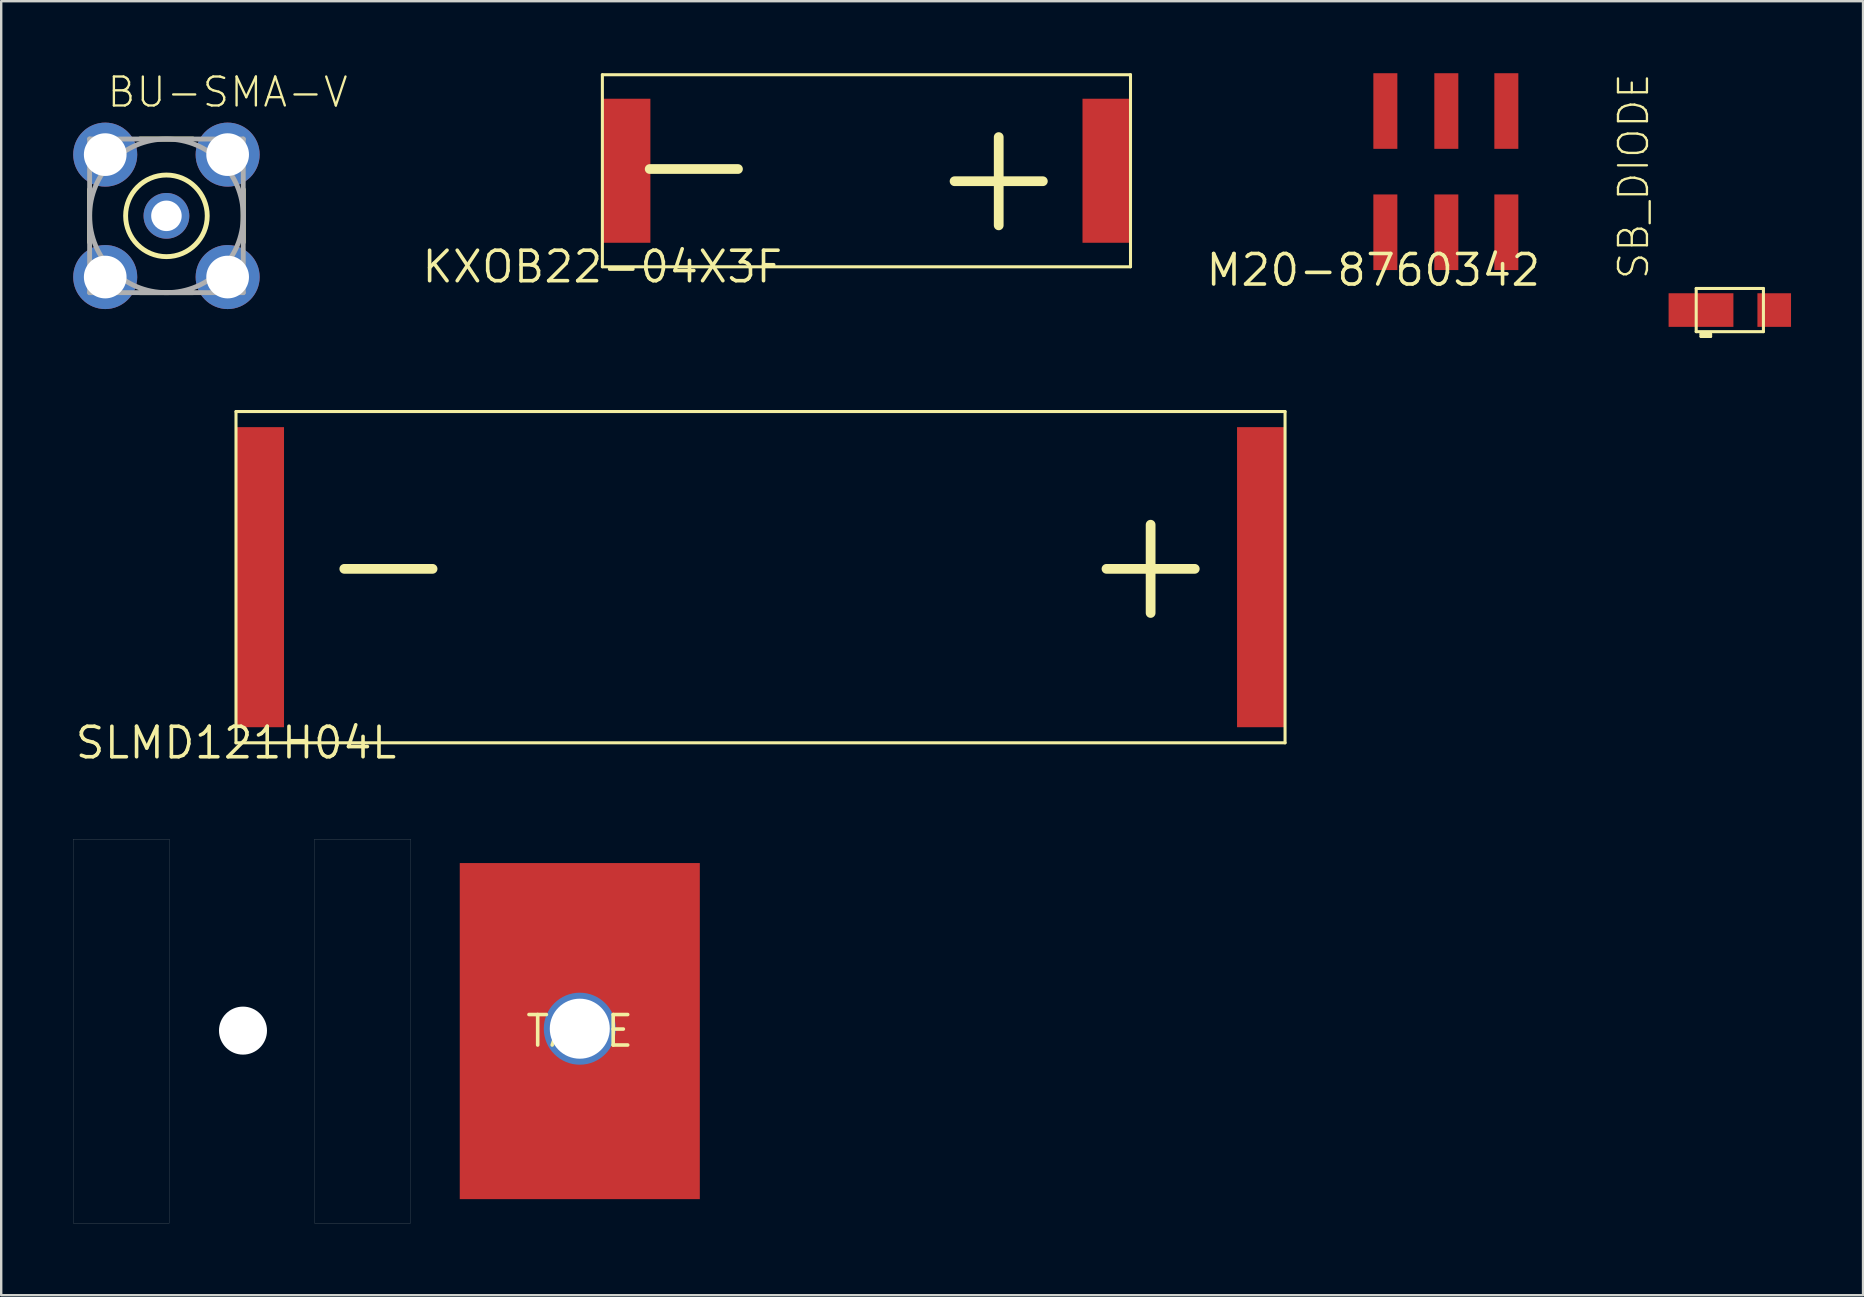
<source format=kicad_pcb>
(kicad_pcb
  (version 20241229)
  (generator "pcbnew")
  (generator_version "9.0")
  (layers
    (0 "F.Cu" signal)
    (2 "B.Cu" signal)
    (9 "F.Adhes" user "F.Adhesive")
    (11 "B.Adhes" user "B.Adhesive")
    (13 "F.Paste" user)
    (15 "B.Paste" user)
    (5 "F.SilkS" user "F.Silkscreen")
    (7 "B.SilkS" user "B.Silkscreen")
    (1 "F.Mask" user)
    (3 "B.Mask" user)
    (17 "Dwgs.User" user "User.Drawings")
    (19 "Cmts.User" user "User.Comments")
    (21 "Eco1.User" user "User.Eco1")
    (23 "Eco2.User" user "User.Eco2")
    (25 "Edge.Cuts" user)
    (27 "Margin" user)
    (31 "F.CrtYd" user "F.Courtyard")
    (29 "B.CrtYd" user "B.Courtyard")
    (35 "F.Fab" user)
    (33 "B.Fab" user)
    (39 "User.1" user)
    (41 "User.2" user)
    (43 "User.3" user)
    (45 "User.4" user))
  (footprint "TAPE"
    (layer "F.Cu")
    (at 21.102 39.902)
    (property "Reference" "TAPE" (at 0 0 0) (layer "F.SilkS") (effects (font (size 1.27 1.27) (thickness 0.15))))
    (attr through_hole)
    (fp_line (start -21.1 -8) (end -21.1 8) (stroke (width 0.005) (type solid)) (layer "Edge.Cuts"))
    (fp_line (start -21.1 -8) (end -17.1 -8) (stroke (width 0.005) (type solid)) (layer "Edge.Cuts"))
    (fp_line (start -21.1 8) (end -17.1 8) (stroke (width 0.005) (type solid)) (layer "Edge.Cuts"))
    (fp_line (start -17.1 -8) (end -17.1 8) (stroke (width 0.005) (type solid)) (layer "Edge.Cuts"))
    (fp_line (start -11.05 -8) (end -11.05 8) (stroke (width 0.005) (type solid)) (layer "Edge.Cuts"))
    (fp_line (start -11.05 -8) (end -7.05 -8) (stroke (width 0.005) (type solid)) (layer "Edge.Cuts"))
    (fp_line (start -11.05 8) (end -7.05 8) (stroke (width 0.005) (type solid)) (layer "Edge.Cuts"))
    (fp_line (start -7.05 -8) (end -7.05 8) (stroke (width 0.005) (type solid)) (layer "Edge.Cuts"))
    (pad "" np_thru_hole circle (at -14.03 -0.02) (size 2 2) (drill 2) (layers "*.Cu" "*.Mask"))
    (pad "RF" thru_hole circle (at 0 -0.1) (size 3 3) (drill 2.5) (layers "*.Cu" "*.Mask"))
    (pad "RF_2" smd rect (at 0 0 90) (size 14 10) (layers "F.Cu" "F.Mask" "F.Paste")))
  (footprint "SB_DIODE"
    (layer "F.Cu")
    (at 69.008 9.866)
    (property "Reference" "SB_DIODE" (at -3.3 -1.2 270) (layer "F.SilkS") (effects (font (size 1.206 1.206) (thickness 0.097)) (justify left bottom)))
    (attr through_hole)
    (fp_line (start -1.4 -0.9) (end -1.4 0.9) (stroke (width 0.127) (type solid)) (layer "F.SilkS"))
    (fp_line (start -1.4 0.9) (end 1.4 0.9) (stroke (width 0.127) (type solid)) (layer "F.SilkS"))
    (fp_line (start -1.2 1) (end -0.8 1) (stroke (width 0.127) (type solid)) (layer "F.SilkS"))
    (fp_line (start -1.2 1.1) (end -1.2 1) (stroke (width 0.127) (type solid)) (layer "F.SilkS"))
    (fp_line (start -0.8 1) (end -0.8 1.1) (stroke (width 0.127) (type solid)) (layer "F.SilkS"))
    (fp_line (start -0.8 1.1) (end -1.2 1.1) (stroke (width 0.127) (type solid)) (layer "F.SilkS"))
    (fp_line (start 1.4 -0.9) (end -1.4 -0.9) (stroke (width 0.127) (type solid)) (layer "F.SilkS"))
    (fp_line (start 1.4 0.9) (end 1.4 -0.9) (stroke (width 0.127) (type solid)) (layer "F.SilkS"))
    (pad "NEG" smd rect (at -1.2 0) (size 2.7 1.4) (layers "F.Cu" "F.Mask" "F.Paste"))
    (pad "POS" smd rect (at 1.85 0) (size 1.4 1.4) (layers "F.Cu" "F.Mask" "F.Paste")))
  (footprint "SLMD121H04L"
    (layer "F.Cu")
    (at 6.781 27.893)
    (property "Reference" "SLMD121H04L" (at 0 0 0) (layer "F.SilkS") (effects (font (size 1.27 1.27) (thickness 0.15))))
    (attr through_hole)
    (fp_line (start 0 -13.8) (end 43.7 -13.8) (stroke (width 0.127) (type solid)) (layer "F.SilkS"))
    (fp_line (start 0 0) (end 0 -13.8) (stroke (width 0.127) (type solid)) (layer "F.SilkS"))
    (fp_line (start 43.7 -13.8) (end 43.7 0) (stroke (width 0.127) (type solid)) (layer "F.SilkS"))
    (fp_line (start 43.7 0) (end 0 0) (stroke (width 0.127) (type solid)) (layer "F.SilkS"))
    (fp_text user "-" (at 6.35 -7.62 0) (layer "F.SilkS") (effects (font (size 4.826 4.826) (thickness 0.406))))
    (fp_text user "+" (at 38.1 -7.62 0) (layer "F.SilkS") (effects (font (size 4.826 4.826) (thickness 0.406))))
    (pad "P$1" smd rect (at 1 -6.9 90) (size 12.5 2) (layers "F.Cu" "F.Mask" "F.Paste"))
    (pad "P$2" smd rect (at 42.7 -6.9 90) (size 12.5 2) (layers "F.Cu" "F.Mask" "F.Paste")))
  (footprint "M20-8760342"
    (layer "F.Cu")
    (at 54.159 8.2)
    (property "Reference" "M20-8760342" (at 0 0 0) (layer "F.SilkS") (effects (font (size 1.27 1.27) (thickness 0.15))))
    (attr through_hole)
    (pad "P$1" smd rect (at 0.5 -1.575 90) (size 3.15 1) (layers "F.Cu" "F.Mask" "F.Paste"))
    (pad "P$2" smd rect (at 0.5 -6.625 90) (size 3.15 1) (layers "F.Cu" "F.Mask" "F.Paste"))
    (pad "P$3" smd rect (at 3.04 -1.575 90) (size 3.15 1) (layers "F.Cu" "F.Mask" "F.Paste"))
    (pad "P$4" smd rect (at 3.04 -6.625 90) (size 3.15 1) (layers "F.Cu" "F.Mask" "F.Paste"))
    (pad "P$5" smd rect (at 5.54 -1.575 90) (size 3.15 1) (layers "F.Cu" "F.Mask" "F.Paste"))
    (pad "P$6" smd rect (at 5.54 -6.625 90) (size 3.15 1) (layers "F.Cu" "F.Mask" "F.Paste")))
  (footprint "KXOB22-04X3F"
    (layer "F.Cu")
    (at 22.043 8.063)
    (property "Reference" "KXOB22-04X3F" (at 0 0 0) (layer "F.SilkS") (effects (font (size 1.27 1.27) (thickness 0.15))))
    (attr through_hole)
    (fp_line (start 0 -8) (end 22 -8) (stroke (width 0.127) (type solid)) (layer "F.SilkS"))
    (fp_line (start 0 0) (end 0 -8) (stroke (width 0.127) (type solid)) (layer "F.SilkS"))
    (fp_line (start 22 -8) (end 22 0) (stroke (width 0.127) (type solid)) (layer "F.SilkS"))
    (fp_line (start 22 0) (end 0 0) (stroke (width 0.127) (type solid)) (layer "F.SilkS"))
    (fp_text user "+" (at 16.51 -3.937 0) (layer "F.SilkS") (effects (font (size 4.826 4.826) (thickness 0.406))))
    (fp_text user "-" (at 3.81 -4.445 0) (layer "F.SilkS") (effects (font (size 4.826 4.826) (thickness 0.406))))
    (pad "P$1" smd rect (at 1 -4 90) (size 6 2) (layers "F.Cu" "F.Mask" "F.Paste"))
    (pad "P$2" smd rect (at 21 -4 90) (size 6 2) (layers "F.Cu" "F.Mask" "F.Paste")))
  (footprint "BU-SMA-V"
    (layer "F.Cu")
    (at 3.883 5.941)
    (property "Reference" "BU-SMA-V" (at -2.54 -4.445 0) (layer "F.SilkS") (effects (font (size 1.206 1.206) (thickness 0.097)) (justify left bottom)))
    (attr through_hole)
    (fp_line (start -3.2 1.1) (end -3.2 -1.1) (stroke (width 0.203) (type solid)) (layer "F.SilkS"))
    (fp_line (start -1.1 -3.2) (end 1.1 -3.2) (stroke (width 0.203) (type solid)) (layer "F.SilkS"))
    (fp_line (start 1.1 3.2) (end -1.1 3.2) (stroke (width 0.203) (type solid)) (layer "F.SilkS"))
    (fp_line (start 3.2 -1.1) (end 3.2 1.1) (stroke (width 0.203) (type solid)) (layer "F.SilkS"))
    (fp_circle (center 0 0) (end 1.7 0) (stroke (width 0.203) (type solid)) (fill no) (layer "F.SilkS"))
    (fp_line (start -3.2 3.2) (end -3.2 -3.2) (stroke (width 0.203) (type solid)) (layer "F.Fab"))
    (fp_line (start -3.2 -3.2) (end 3.2 -3.2) (stroke (width 0.203) (type solid)) (layer "F.Fab"))
    (fp_line (start 3.2 3.2) (end -3.2 3.2) (stroke (width 0.203) (type solid)) (layer "F.Fab"))
    (fp_line (start 3.2 -3.2) (end 3.2 3.2) (stroke (width 0.203) (type solid)) (layer "F.Fab"))
    (fp_circle (center 0 0) (end 3.2 0) (stroke (width 0.203) (type solid)) (fill no) (layer "F.Fab"))
    (pad "1" thru_hole circle (at 0 0) (size 1.905 1.905) (drill 1.27) (layers "*.Cu" "*.Mask"))
    (pad "2" thru_hole circle (at -2.55 -2.55) (size 2.667 2.667) (drill 1.778) (layers "*.Cu" "*.Mask"))
    (pad "3" thru_hole circle (at 2.55 -2.55) (size 2.667 2.667) (drill 1.778) (layers "*.Cu" "*.Mask"))
    (pad "4" thru_hole circle (at 2.55 2.55) (size 2.667 2.667) (drill 1.778) (layers "*.Cu" "*.Mask"))
    (pad "5" thru_hole circle (at -2.55 2.55) (size 2.667 2.667) (drill 1.778) (layers "*.Cu" "*.Mask")))
  (gr_rect
    (start -3 -3)
    (end 74.558 50.904)
    (stroke (width 0.1) (type default))
    (fill no)
    (layer "Edge.Cuts")))
</source>
